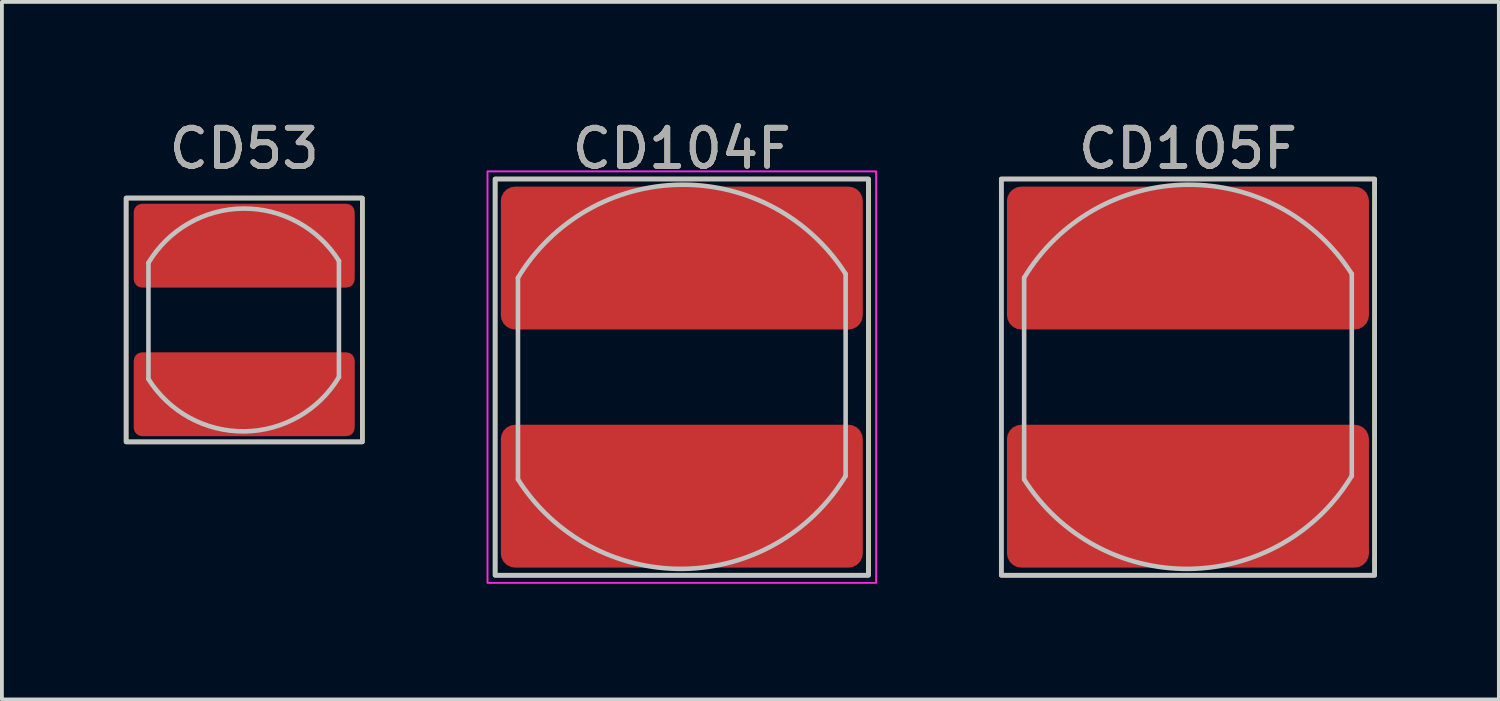
<source format=kicad_pcb>
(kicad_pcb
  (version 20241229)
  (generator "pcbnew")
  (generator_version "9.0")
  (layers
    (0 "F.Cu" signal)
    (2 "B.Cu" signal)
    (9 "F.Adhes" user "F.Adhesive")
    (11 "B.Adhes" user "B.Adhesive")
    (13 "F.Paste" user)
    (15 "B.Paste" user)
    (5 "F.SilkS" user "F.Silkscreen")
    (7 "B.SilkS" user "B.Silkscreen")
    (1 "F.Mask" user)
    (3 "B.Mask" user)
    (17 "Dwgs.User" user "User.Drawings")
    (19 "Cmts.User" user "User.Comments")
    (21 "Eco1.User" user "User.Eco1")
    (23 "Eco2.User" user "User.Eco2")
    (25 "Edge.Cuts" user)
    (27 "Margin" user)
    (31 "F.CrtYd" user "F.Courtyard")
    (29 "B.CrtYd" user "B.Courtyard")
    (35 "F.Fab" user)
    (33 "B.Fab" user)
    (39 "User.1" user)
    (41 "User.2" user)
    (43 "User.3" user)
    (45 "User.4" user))
  (footprint "CD105F"
    (layer "F.Cu")
    (at 28.13 6.848)
    (property "Reference" "CD105F" (at 0 -6 0) (unlocked yes) (layer "F.SilkS") (effects (font (size 1 1) (thickness 0.15))))
    (attr smd)
    (fp_rect (start -4.9 -5.2) (end 4.9 5.2) (stroke (width 0.12) (type solid)) (fill no) (layer "F.SilkS"))
    (fp_line (start -4.3 -2.608) (end -4.3 2.683) (stroke (width 0.12) (type solid)) (layer "Dwgs.User"))
    (fp_line (start 4.3 2.592) (end 4.3 -2.708) (stroke (width 0.12) (type solid)) (layer "Dwgs.User"))
    (fp_rect (start -4.9 -5.2) (end 4.9 5.2) (stroke (width 0.12) (type solid)) (fill no) (layer "Dwgs.User"))
    (fp_arc (start -4.299998 -2.607905) (mid -0.027814 -5.05) (end 4.300001 -2.707905) (stroke (width 0.12) (type solid)) (layer "Dwgs.User"))
    (fp_arc (start 4.3 2.592095) (mid 0.025361 5.03265) (end -4.299999 2.68316) (stroke (width 0.12) (type solid)) (layer "Dwgs.User"))
    (fp_rect (start -5.1 -5.4) (end 5.1 5.4) (stroke (width 0.12) (type solid)) (fill no) (layer "Margin"))
    (fp_text user "${REFERENCE}" (at 0 -6 0) (unlocked yes) (layer "F.Fab") (effects (font (size 1 1) (thickness 0.15))))
    (pad "1" smd roundrect (at 0 -3.125) (size 9.5 3.75) (layers "F.Cu" "F.Mask" "F.Paste") (roundrect_rratio 0.1))
    (pad "2" smd roundrect (at 0 3.125) (size 9.5 3.75) (layers "F.Cu" "F.Mask" "F.Paste") (roundrect_rratio 0.1)))
  (footprint "CD53"
    (layer "F.Cu")
    (at 3.36 5.348)
    (property "Reference" "CD53" (at 0 -4.5 0) (unlocked yes) (layer "F.SilkS") (effects (font (size 1 1) (thickness 0.15))))
    (attr smd)
    (fp_rect (start -3.1 -3.2) (end 3.1 3.2) (stroke (width 0.12) (type solid)) (fill no) (layer "F.SilkS"))
    (fp_line (start -2.514 -1.5) (end -2.514 1.55) (stroke (width 0.12) (type solid)) (layer "Dwgs.User"))
    (fp_line (start 2.486 1.5) (end 2.486 -1.55) (stroke (width 0.12) (type solid)) (layer "Dwgs.User"))
    (fp_rect (start -3.1 -3.2) (end 3.1 3.2) (stroke (width 0.12) (type solid)) (fill no) (layer "Dwgs.User"))
    (fp_arc (start -2.513988 -1.5) (mid -0.027978 -2.924016) (end 2.486011 -1.55) (stroke (width 0.12) (type solid)) (layer "Dwgs.User"))
    (fp_arc (start 2.48601 1.5) (mid 0 2.924017) (end -2.513989 1.55) (stroke (width 0.12) (type solid)) (layer "Dwgs.User"))
    (fp_rect (start -3.3 -3.4) (end 3.3 3.4) (stroke (width 0.12) (type solid)) (fill no) (layer "Margin"))
    (fp_text user "${REFERENCE}" (at 0 -4.5 0) (unlocked yes) (layer "F.Fab") (effects (font (size 1 1) (thickness 0.15))))
    (pad "1" smd roundrect (at 0 -1.95) (size 5.8 2.2) (layers "F.Cu" "F.Mask" "F.Paste") (roundrect_rratio 0.1))
    (pad "2" smd roundrect (at 0 1.95) (size 5.8 2.2) (layers "F.Cu" "F.Mask" "F.Paste") (roundrect_rratio 0.1)))
  (footprint "CD104F"
    (layer "F.Cu")
    (at 14.845 6.848)
    (property "Reference" "CD104F" (at 0 -6 0) (unlocked yes) (layer "F.SilkS") (effects (font (size 1 1) (thickness 0.15))))
    (attr smd)
    (fp_rect (start -4.9 -5.2) (end 4.9 5.2) (stroke (width 0.12) (type solid)) (fill no) (layer "F.SilkS"))
    (fp_line (start -4.3 -2.608) (end -4.3 2.683) (stroke (width 0.12) (type solid)) (layer "Dwgs.User"))
    (fp_line (start 4.3 2.592) (end 4.3 -2.708) (stroke (width 0.12) (type solid)) (layer "Dwgs.User"))
    (fp_rect (start -4.9 -5.2) (end 4.9 5.2) (stroke (width 0.12) (type solid)) (fill no) (layer "Dwgs.User"))
    (fp_arc (start -4.299998 -2.607905) (mid -0.027814 -5.05) (end 4.300001 -2.707905) (stroke (width 0.12) (type solid)) (layer "Dwgs.User"))
    (fp_arc (start 4.3 2.592095) (mid 0.025361 5.03265) (end -4.299999 2.68316) (stroke (width 0.12) (type solid)) (layer "Dwgs.User"))
    (fp_rect (start -5.1 -5.4) (end 5.1 5.4) (stroke (width 0.05) (type solid)) (fill no) (layer "F.CrtYd"))
    (fp_text user "${REFERENCE}" (at 0 -6 0) (unlocked yes) (layer "F.Fab") (effects (font (size 1 1) (thickness 0.15))))
    (pad "1" smd roundrect (at 0 -3.125) (size 9.5 3.75) (layers "F.Cu" "F.Mask" "F.Paste") (roundrect_rratio 0.1))
    (pad "2" smd roundrect (at 0 3.125) (size 9.5 3.75) (layers "F.Cu" "F.Mask" "F.Paste") (roundrect_rratio 0.1)))
  (gr_rect
    (start -3 -3)
    (end 36.29 15.308)
    (stroke (width 0.1) (type default))
    (fill no)
    (layer "Edge.Cuts")))
</source>
